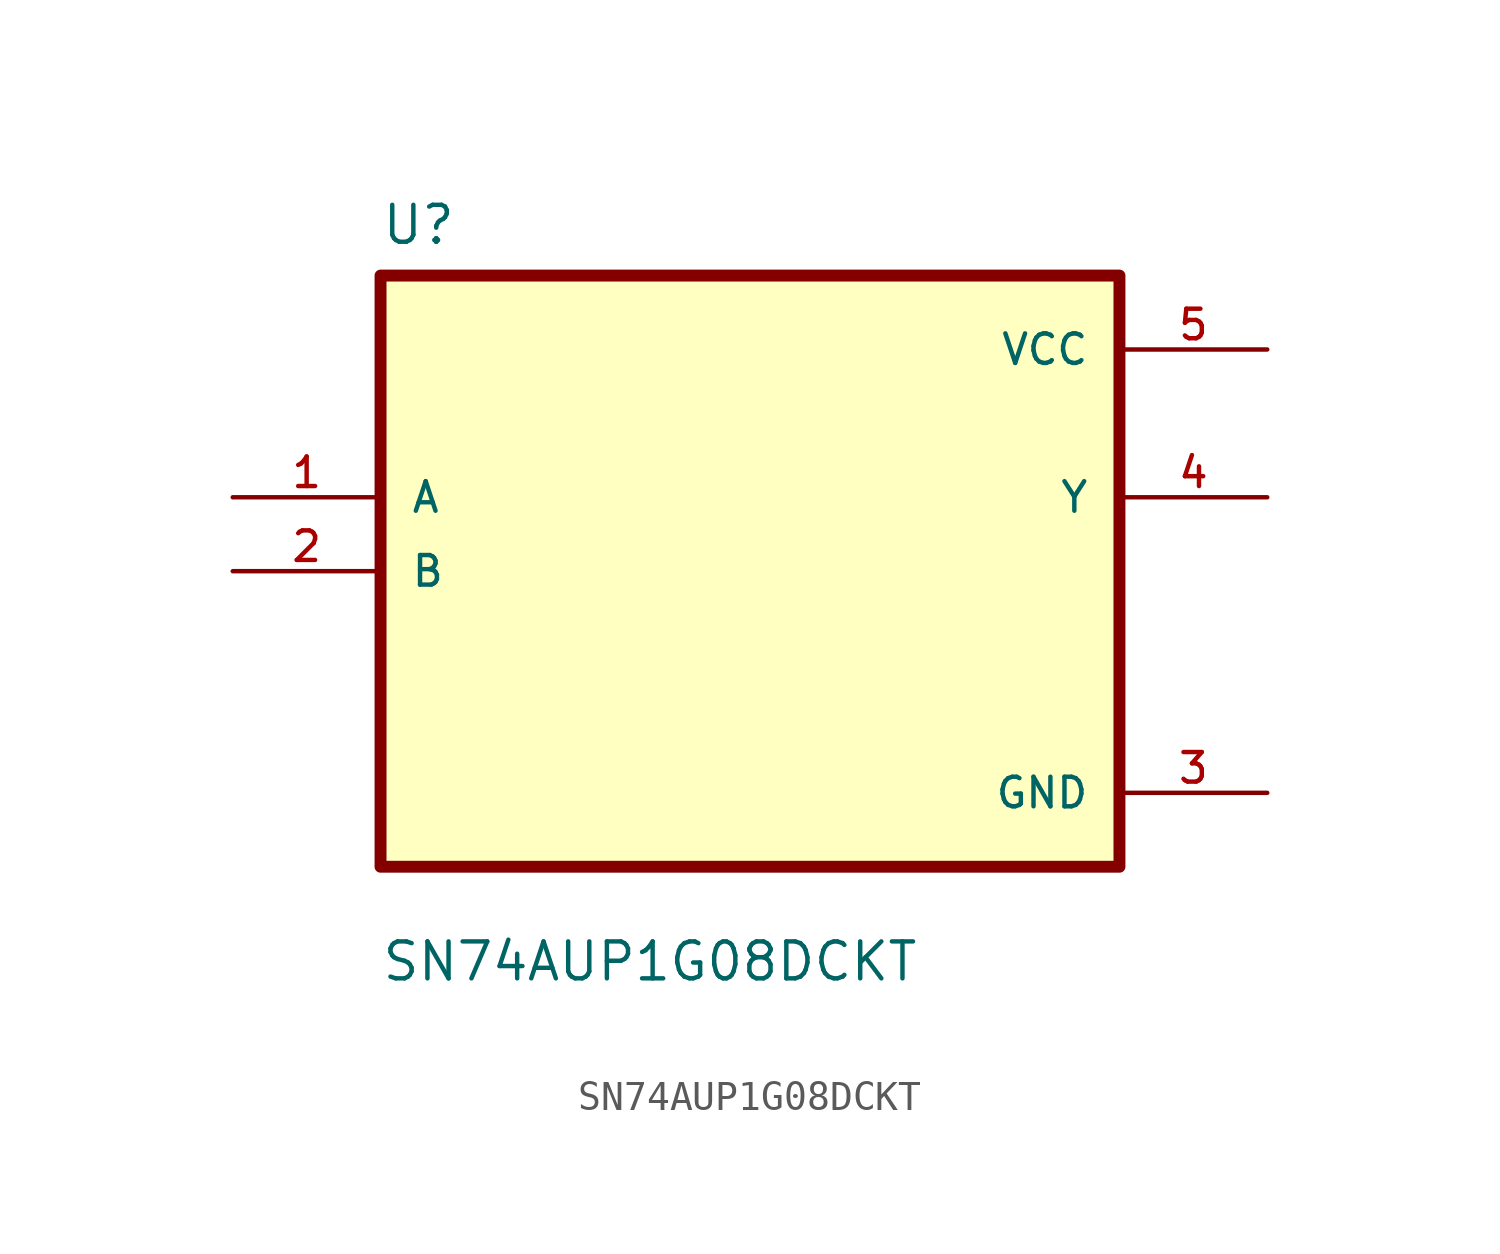
<source format=kicad_sym>
(kicad_symbol_lib
  (version 20211014)
  (generator kicad_symbol_editor)
  (symbol "SN74AUP1G08DCKT"
    (pin_names
      (offset 1.016))
    (property "Reference" "U"
      (at -12.7 11.16 0.0)
      (effects (font (size 1.27 1.27)) (justify bottom left)))
    (property "Value" "SN74AUP1G08DCKT"
      (at -12.7 -14.16 0.0)
      (effects (font (size 1.27 1.27)) (justify bottom left)))
    (symbol "SN74AUP1G08DCKT_0_0"
      (rectangle (start -12.7 -10.16) (end 12.7 10.16) (stroke (width 0.41)) (fill (type background)))
      (pin input line (at -17.78 2.54 0) (length 5.08) (name "A" (effects (font (size 1.016 1.016)))) (number "1" (effects (font (size 1.016 1.016)))))
      (pin input line (at -17.78 0.0 0) (length 5.08) (name "B" (effects (font (size 1.016 1.016)))) (number "2" (effects (font (size 1.016 1.016)))))
      (pin power_in line (at 17.78 7.62 180.0) (length 5.08) (name "VCC" (effects (font (size 1.016 1.016)))) (number "5" (effects (font (size 1.016 1.016)))))
      (pin output line (at 17.78 2.54 180.0) (length 5.08) (name "Y" (effects (font (size 1.016 1.016)))) (number "4" (effects (font (size 1.016 1.016)))))
      (pin power_in line (at 17.78 -7.62 180.0) (length 5.08) (name "GND" (effects (font (size 1.016 1.016)))) (number "3" (effects (font (size 1.016 1.016))))))))
</source>
